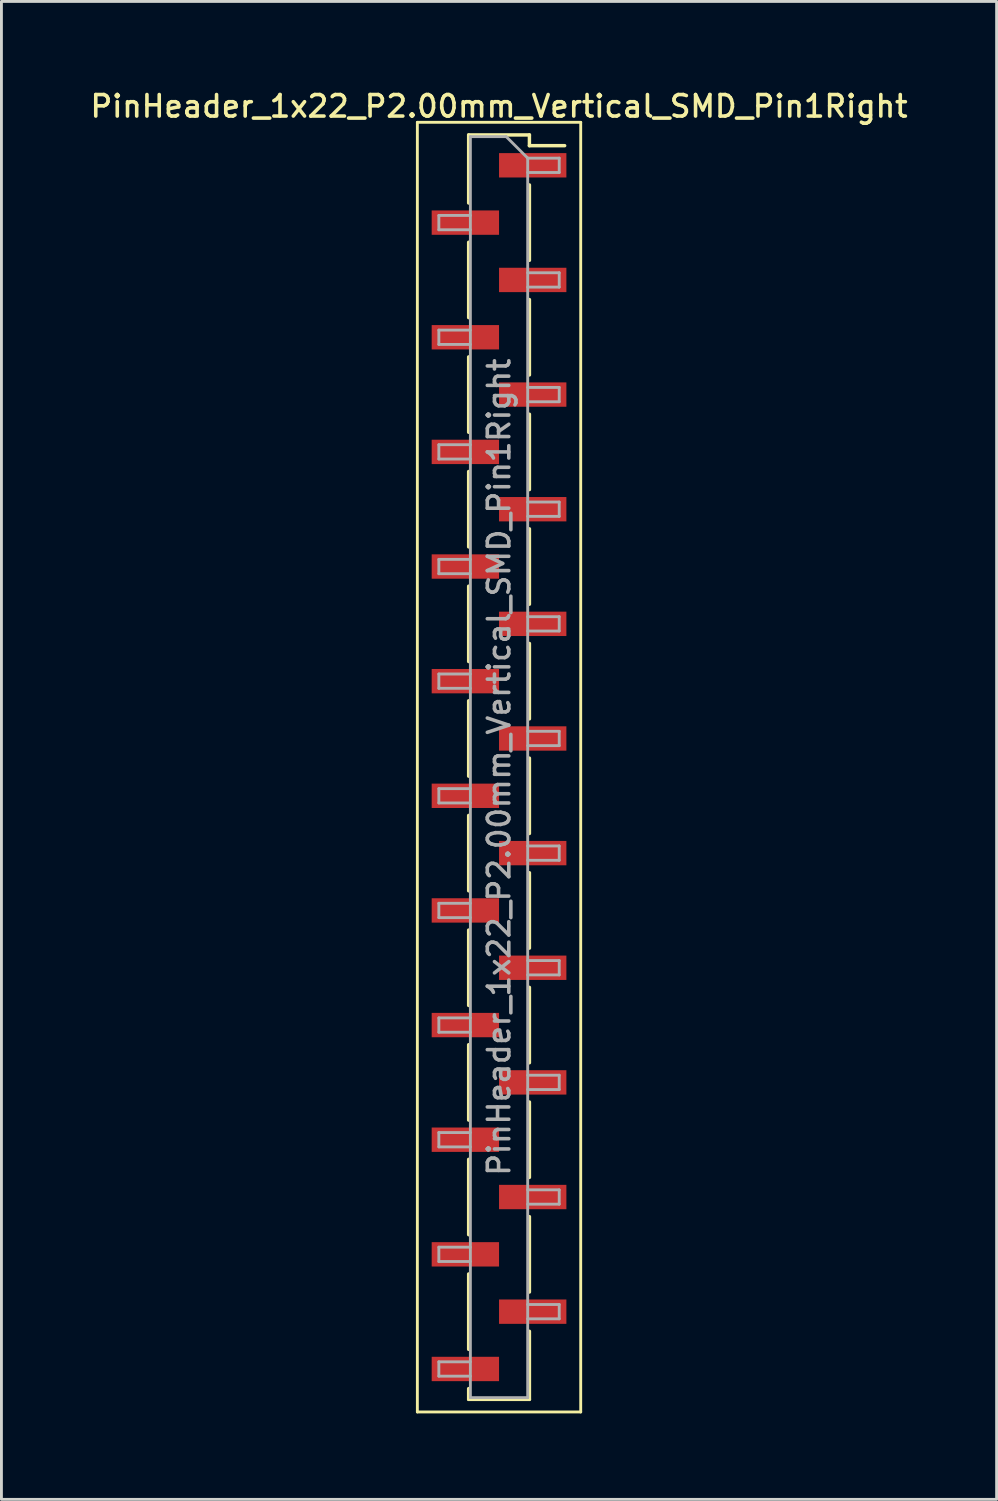
<source format=kicad_pcb>
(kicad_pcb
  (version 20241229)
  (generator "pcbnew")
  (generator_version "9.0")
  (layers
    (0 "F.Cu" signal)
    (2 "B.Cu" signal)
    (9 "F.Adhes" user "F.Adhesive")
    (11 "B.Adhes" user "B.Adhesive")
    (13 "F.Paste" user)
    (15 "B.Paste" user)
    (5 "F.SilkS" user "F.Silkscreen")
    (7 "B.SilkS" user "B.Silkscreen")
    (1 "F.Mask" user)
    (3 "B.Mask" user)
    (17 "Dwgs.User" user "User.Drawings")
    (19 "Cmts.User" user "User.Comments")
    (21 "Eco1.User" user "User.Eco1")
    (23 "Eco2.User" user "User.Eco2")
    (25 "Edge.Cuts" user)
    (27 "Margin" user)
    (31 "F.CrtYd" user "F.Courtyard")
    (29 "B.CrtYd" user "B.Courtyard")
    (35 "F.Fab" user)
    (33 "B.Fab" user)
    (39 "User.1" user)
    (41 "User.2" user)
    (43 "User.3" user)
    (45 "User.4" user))
  (footprint "PinHeader_1x22_P2.00mm_Vertical_SMD_Pin1Right"
    (layer "F.Cu")
    (at 14.363 23.718)
    (property "Reference" "PinHeader_1x22_P2.00mm_Vertical_SMD_Pin1Right" (at 0 -23.06 0) (layer "F.SilkS") (effects (font (size 0.75 0.75) (thickness 0.125))))
    (attr smd)
    (fp_line (start -2.85 -22.5) (end -2.85 22.5) (stroke (width 0.1) (type solid)) (layer "F.SilkS"))
    (fp_line (start -2.85 22.5) (end 2.85 22.5) (stroke (width 0.1) (type solid)) (layer "F.SilkS"))
    (fp_line (start -1.06 -22.06) (end -1.06 -19.685) (stroke (width 0.12) (type solid)) (layer "F.SilkS"))
    (fp_line (start -1.06 -22.06) (end 1.06 -22.06) (stroke (width 0.12) (type solid)) (layer "F.SilkS"))
    (fp_line (start -1.06 -18.315) (end -1.06 -15.685) (stroke (width 0.12) (type solid)) (layer "F.SilkS"))
    (fp_line (start -1.06 -14.315) (end -1.06 -11.685) (stroke (width 0.12) (type solid)) (layer "F.SilkS"))
    (fp_line (start -1.06 -10.315) (end -1.06 -7.685) (stroke (width 0.12) (type solid)) (layer "F.SilkS"))
    (fp_line (start -1.06 -6.315) (end -1.06 -3.685) (stroke (width 0.12) (type solid)) (layer "F.SilkS"))
    (fp_line (start -1.06 -2.315) (end -1.06 0.315) (stroke (width 0.12) (type solid)) (layer "F.SilkS"))
    (fp_line (start -1.06 1.685) (end -1.06 4.315) (stroke (width 0.12) (type solid)) (layer "F.SilkS"))
    (fp_line (start -1.06 5.685) (end -1.06 8.315) (stroke (width 0.12) (type solid)) (layer "F.SilkS"))
    (fp_line (start -1.06 9.685) (end -1.06 12.315) (stroke (width 0.12) (type solid)) (layer "F.SilkS"))
    (fp_line (start -1.06 13.685) (end -1.06 16.315) (stroke (width 0.12) (type solid)) (layer "F.SilkS"))
    (fp_line (start -1.06 17.685) (end -1.06 20.315) (stroke (width 0.12) (type solid)) (layer "F.SilkS"))
    (fp_line (start -1.06 21.685) (end -1.06 22.06) (stroke (width 0.12) (type solid)) (layer "F.SilkS"))
    (fp_line (start -1.06 22.06) (end 1.06 22.06) (stroke (width 0.12) (type solid)) (layer "F.SilkS"))
    (fp_line (start 1.06 -22.06) (end 1.06 -21.685) (stroke (width 0.12) (type solid)) (layer "F.SilkS"))
    (fp_line (start 1.06 -21.685) (end 2.29 -21.685) (stroke (width 0.12) (type solid)) (layer "F.SilkS"))
    (fp_line (start 1.06 -20.315) (end 1.06 -17.685) (stroke (width 0.12) (type solid)) (layer "F.SilkS"))
    (fp_line (start 1.06 -16.315) (end 1.06 -13.685) (stroke (width 0.12) (type solid)) (layer "F.SilkS"))
    (fp_line (start 1.06 -12.315) (end 1.06 -9.685) (stroke (width 0.12) (type solid)) (layer "F.SilkS"))
    (fp_line (start 1.06 -8.315) (end 1.06 -5.685) (stroke (width 0.12) (type solid)) (layer "F.SilkS"))
    (fp_line (start 1.06 -4.315) (end 1.06 -1.685) (stroke (width 0.12) (type solid)) (layer "F.SilkS"))
    (fp_line (start 1.06 -0.315) (end 1.06 2.315) (stroke (width 0.12) (type solid)) (layer "F.SilkS"))
    (fp_line (start 1.06 3.685) (end 1.06 6.315) (stroke (width 0.12) (type solid)) (layer "F.SilkS"))
    (fp_line (start 1.06 7.685) (end 1.06 10.315) (stroke (width 0.12) (type solid)) (layer "F.SilkS"))
    (fp_line (start 1.06 11.685) (end 1.06 14.315) (stroke (width 0.12) (type solid)) (layer "F.SilkS"))
    (fp_line (start 1.06 15.685) (end 1.06 18.315) (stroke (width 0.12) (type solid)) (layer "F.SilkS"))
    (fp_line (start 1.06 19.685) (end 1.06 22.06) (stroke (width 0.12) (type solid)) (layer "F.SilkS"))
    (fp_line (start 2.85 -22.5) (end -2.85 -22.5) (stroke (width 0.1) (type solid)) (layer "F.SilkS"))
    (fp_line (start 2.85 22.5) (end 2.85 -22.5) (stroke (width 0.1) (type solid)) (layer "F.SilkS"))
    (fp_line (start -2.1 -19.25) (end -2.1 -18.75) (stroke (width 0.1) (type solid)) (layer "F.Fab"))
    (fp_line (start -2.1 -18.75) (end -1 -18.75) (stroke (width 0.1) (type solid)) (layer "F.Fab"))
    (fp_line (start -2.1 -15.25) (end -2.1 -14.75) (stroke (width 0.1) (type solid)) (layer "F.Fab"))
    (fp_line (start -2.1 -14.75) (end -1 -14.75) (stroke (width 0.1) (type solid)) (layer "F.Fab"))
    (fp_line (start -2.1 -11.25) (end -2.1 -10.75) (stroke (width 0.1) (type solid)) (layer "F.Fab"))
    (fp_line (start -2.1 -10.75) (end -1 -10.75) (stroke (width 0.1) (type solid)) (layer "F.Fab"))
    (fp_line (start -2.1 -7.25) (end -2.1 -6.75) (stroke (width 0.1) (type solid)) (layer "F.Fab"))
    (fp_line (start -2.1 -6.75) (end -1 -6.75) (stroke (width 0.1) (type solid)) (layer "F.Fab"))
    (fp_line (start -2.1 -3.25) (end -2.1 -2.75) (stroke (width 0.1) (type solid)) (layer "F.Fab"))
    (fp_line (start -2.1 -2.75) (end -1 -2.75) (stroke (width 0.1) (type solid)) (layer "F.Fab"))
    (fp_line (start -2.1 0.75) (end -2.1 1.25) (stroke (width 0.1) (type solid)) (layer "F.Fab"))
    (fp_line (start -2.1 1.25) (end -1 1.25) (stroke (width 0.1) (type solid)) (layer "F.Fab"))
    (fp_line (start -2.1 4.75) (end -2.1 5.25) (stroke (width 0.1) (type solid)) (layer "F.Fab"))
    (fp_line (start -2.1 5.25) (end -1 5.25) (stroke (width 0.1) (type solid)) (layer "F.Fab"))
    (fp_line (start -2.1 8.75) (end -2.1 9.25) (stroke (width 0.1) (type solid)) (layer "F.Fab"))
    (fp_line (start -2.1 9.25) (end -1 9.25) (stroke (width 0.1) (type solid)) (layer "F.Fab"))
    (fp_line (start -2.1 12.75) (end -2.1 13.25) (stroke (width 0.1) (type solid)) (layer "F.Fab"))
    (fp_line (start -2.1 13.25) (end -1 13.25) (stroke (width 0.1) (type solid)) (layer "F.Fab"))
    (fp_line (start -2.1 16.75) (end -2.1 17.25) (stroke (width 0.1) (type solid)) (layer "F.Fab"))
    (fp_line (start -2.1 17.25) (end -1 17.25) (stroke (width 0.1) (type solid)) (layer "F.Fab"))
    (fp_line (start -2.1 20.75) (end -2.1 21.25) (stroke (width 0.1) (type solid)) (layer "F.Fab"))
    (fp_line (start -2.1 21.25) (end -1 21.25) (stroke (width 0.1) (type solid)) (layer "F.Fab"))
    (fp_line (start -1 -22) (end -1 22) (stroke (width 0.1) (type solid)) (layer "F.Fab"))
    (fp_line (start -1 -22) (end 0.25 -22) (stroke (width 0.1) (type solid)) (layer "F.Fab"))
    (fp_line (start -1 -19.25) (end -2.1 -19.25) (stroke (width 0.1) (type solid)) (layer "F.Fab"))
    (fp_line (start -1 -15.25) (end -2.1 -15.25) (stroke (width 0.1) (type solid)) (layer "F.Fab"))
    (fp_line (start -1 -11.25) (end -2.1 -11.25) (stroke (width 0.1) (type solid)) (layer "F.Fab"))
    (fp_line (start -1 -7.25) (end -2.1 -7.25) (stroke (width 0.1) (type solid)) (layer "F.Fab"))
    (fp_line (start -1 -3.25) (end -2.1 -3.25) (stroke (width 0.1) (type solid)) (layer "F.Fab"))
    (fp_line (start -1 0.75) (end -2.1 0.75) (stroke (width 0.1) (type solid)) (layer "F.Fab"))
    (fp_line (start -1 4.75) (end -2.1 4.75) (stroke (width 0.1) (type solid)) (layer "F.Fab"))
    (fp_line (start -1 8.75) (end -2.1 8.75) (stroke (width 0.1) (type solid)) (layer "F.Fab"))
    (fp_line (start -1 12.75) (end -2.1 12.75) (stroke (width 0.1) (type solid)) (layer "F.Fab"))
    (fp_line (start -1 16.75) (end -2.1 16.75) (stroke (width 0.1) (type solid)) (layer "F.Fab"))
    (fp_line (start -1 20.75) (end -2.1 20.75) (stroke (width 0.1) (type solid)) (layer "F.Fab"))
    (fp_line (start 1 -21.25) (end 0.25 -22) (stroke (width 0.1) (type solid)) (layer "F.Fab"))
    (fp_line (start 1 -21.25) (end 2.1 -21.25) (stroke (width 0.1) (type solid)) (layer "F.Fab"))
    (fp_line (start 1 -17.25) (end 2.1 -17.25) (stroke (width 0.1) (type solid)) (layer "F.Fab"))
    (fp_line (start 1 -13.25) (end 2.1 -13.25) (stroke (width 0.1) (type solid)) (layer "F.Fab"))
    (fp_line (start 1 -9.25) (end 2.1 -9.25) (stroke (width 0.1) (type solid)) (layer "F.Fab"))
    (fp_line (start 1 -5.25) (end 2.1 -5.25) (stroke (width 0.1) (type solid)) (layer "F.Fab"))
    (fp_line (start 1 -1.25) (end 2.1 -1.25) (stroke (width 0.1) (type solid)) (layer "F.Fab"))
    (fp_line (start 1 2.75) (end 2.1 2.75) (stroke (width 0.1) (type solid)) (layer "F.Fab"))
    (fp_line (start 1 6.75) (end 2.1 6.75) (stroke (width 0.1) (type solid)) (layer "F.Fab"))
    (fp_line (start 1 10.75) (end 2.1 10.75) (stroke (width 0.1) (type solid)) (layer "F.Fab"))
    (fp_line (start 1 14.75) (end 2.1 14.75) (stroke (width 0.1) (type solid)) (layer "F.Fab"))
    (fp_line (start 1 18.75) (end 2.1 18.75) (stroke (width 0.1) (type solid)) (layer "F.Fab"))
    (fp_line (start 1 22) (end -1 22) (stroke (width 0.1) (type solid)) (layer "F.Fab"))
    (fp_line (start 1 22) (end 1 -21.25) (stroke (width 0.1) (type solid)) (layer "F.Fab"))
    (fp_line (start 2.1 -21.25) (end 2.1 -20.75) (stroke (width 0.1) (type solid)) (layer "F.Fab"))
    (fp_line (start 2.1 -20.75) (end 1 -20.75) (stroke (width 0.1) (type solid)) (layer "F.Fab"))
    (fp_line (start 2.1 -17.25) (end 2.1 -16.75) (stroke (width 0.1) (type solid)) (layer "F.Fab"))
    (fp_line (start 2.1 -16.75) (end 1 -16.75) (stroke (width 0.1) (type solid)) (layer "F.Fab"))
    (fp_line (start 2.1 -13.25) (end 2.1 -12.75) (stroke (width 0.1) (type solid)) (layer "F.Fab"))
    (fp_line (start 2.1 -12.75) (end 1 -12.75) (stroke (width 0.1) (type solid)) (layer "F.Fab"))
    (fp_line (start 2.1 -9.25) (end 2.1 -8.75) (stroke (width 0.1) (type solid)) (layer "F.Fab"))
    (fp_line (start 2.1 -8.75) (end 1 -8.75) (stroke (width 0.1) (type solid)) (layer "F.Fab"))
    (fp_line (start 2.1 -5.25) (end 2.1 -4.75) (stroke (width 0.1) (type solid)) (layer "F.Fab"))
    (fp_line (start 2.1 -4.75) (end 1 -4.75) (stroke (width 0.1) (type solid)) (layer "F.Fab"))
    (fp_line (start 2.1 -1.25) (end 2.1 -0.75) (stroke (width 0.1) (type solid)) (layer "F.Fab"))
    (fp_line (start 2.1 -0.75) (end 1 -0.75) (stroke (width 0.1) (type solid)) (layer "F.Fab"))
    (fp_line (start 2.1 2.75) (end 2.1 3.25) (stroke (width 0.1) (type solid)) (layer "F.Fab"))
    (fp_line (start 2.1 3.25) (end 1 3.25) (stroke (width 0.1) (type solid)) (layer "F.Fab"))
    (fp_line (start 2.1 6.75) (end 2.1 7.25) (stroke (width 0.1) (type solid)) (layer "F.Fab"))
    (fp_line (start 2.1 7.25) (end 1 7.25) (stroke (width 0.1) (type solid)) (layer "F.Fab"))
    (fp_line (start 2.1 10.75) (end 2.1 11.25) (stroke (width 0.1) (type solid)) (layer "F.Fab"))
    (fp_line (start 2.1 11.25) (end 1 11.25) (stroke (width 0.1) (type solid)) (layer "F.Fab"))
    (fp_line (start 2.1 14.75) (end 2.1 15.25) (stroke (width 0.1) (type solid)) (layer "F.Fab"))
    (fp_line (start 2.1 15.25) (end 1 15.25) (stroke (width 0.1) (type solid)) (layer "F.Fab"))
    (fp_line (start 2.1 18.75) (end 2.1 19.25) (stroke (width 0.1) (type solid)) (layer "F.Fab"))
    (fp_line (start 2.1 19.25) (end 1 19.25) (stroke (width 0.1) (type solid)) (layer "F.Fab"))
    (fp_text user "${REFERENCE}" (at 0 0 90) (layer "F.Fab") (effects (font (size 0.75 0.75) (thickness 0.125))))
    (pad "1" smd rect (at 1.175 -21) (size 2.35 0.85) (layers "F.Cu" "F.Mask" "F.Paste"))
    (pad "2" smd rect (at -1.175 -19) (size 2.35 0.85) (layers "F.Cu" "F.Mask" "F.Paste"))
    (pad "3" smd rect (at 1.175 -17) (size 2.35 0.85) (layers "F.Cu" "F.Mask" "F.Paste"))
    (pad "4" smd rect (at -1.175 -15) (size 2.35 0.85) (layers "F.Cu" "F.Mask" "F.Paste"))
    (pad "5" smd rect (at 1.175 -13) (size 2.35 0.85) (layers "F.Cu" "F.Mask" "F.Paste"))
    (pad "6" smd rect (at -1.175 -11) (size 2.35 0.85) (layers "F.Cu" "F.Mask" "F.Paste"))
    (pad "7" smd rect (at 1.175 -9) (size 2.35 0.85) (layers "F.Cu" "F.Mask" "F.Paste"))
    (pad "8" smd rect (at -1.175 -7) (size 2.35 0.85) (layers "F.Cu" "F.Mask" "F.Paste"))
    (pad "9" smd rect (at 1.175 -5) (size 2.35 0.85) (layers "F.Cu" "F.Mask" "F.Paste"))
    (pad "10" smd rect (at -1.175 -3) (size 2.35 0.85) (layers "F.Cu" "F.Mask" "F.Paste"))
    (pad "11" smd rect (at 1.175 -1) (size 2.35 0.85) (layers "F.Cu" "F.Mask" "F.Paste"))
    (pad "12" smd rect (at -1.175 1) (size 2.35 0.85) (layers "F.Cu" "F.Mask" "F.Paste"))
    (pad "13" smd rect (at 1.175 3) (size 2.35 0.85) (layers "F.Cu" "F.Mask" "F.Paste"))
    (pad "14" smd rect (at -1.175 5) (size 2.35 0.85) (layers "F.Cu" "F.Mask" "F.Paste"))
    (pad "15" smd rect (at 1.175 7) (size 2.35 0.85) (layers "F.Cu" "F.Mask" "F.Paste"))
    (pad "16" smd rect (at -1.175 9) (size 2.35 0.85) (layers "F.Cu" "F.Mask" "F.Paste"))
    (pad "17" smd rect (at 1.175 11) (size 2.35 0.85) (layers "F.Cu" "F.Mask" "F.Paste"))
    (pad "18" smd rect (at -1.175 13) (size 2.35 0.85) (layers "F.Cu" "F.Mask" "F.Paste"))
    (pad "19" smd rect (at 1.175 15) (size 2.35 0.85) (layers "F.Cu" "F.Mask" "F.Paste"))
    (pad "20" smd rect (at -1.175 17) (size 2.35 0.85) (layers "F.Cu" "F.Mask" "F.Paste"))
    (pad "21" smd rect (at 1.175 19) (size 2.35 0.85) (layers "F.Cu" "F.Mask" "F.Paste"))
    (pad "22" smd rect (at -1.175 21) (size 2.35 0.85) (layers "F.Cu" "F.Mask" "F.Paste")))
  (gr_rect
    (start -3 -3)
    (end 31.725 49.268)
    (stroke (width 0.1) (type default))
    (fill no)
    (layer "Edge.Cuts")))
</source>
